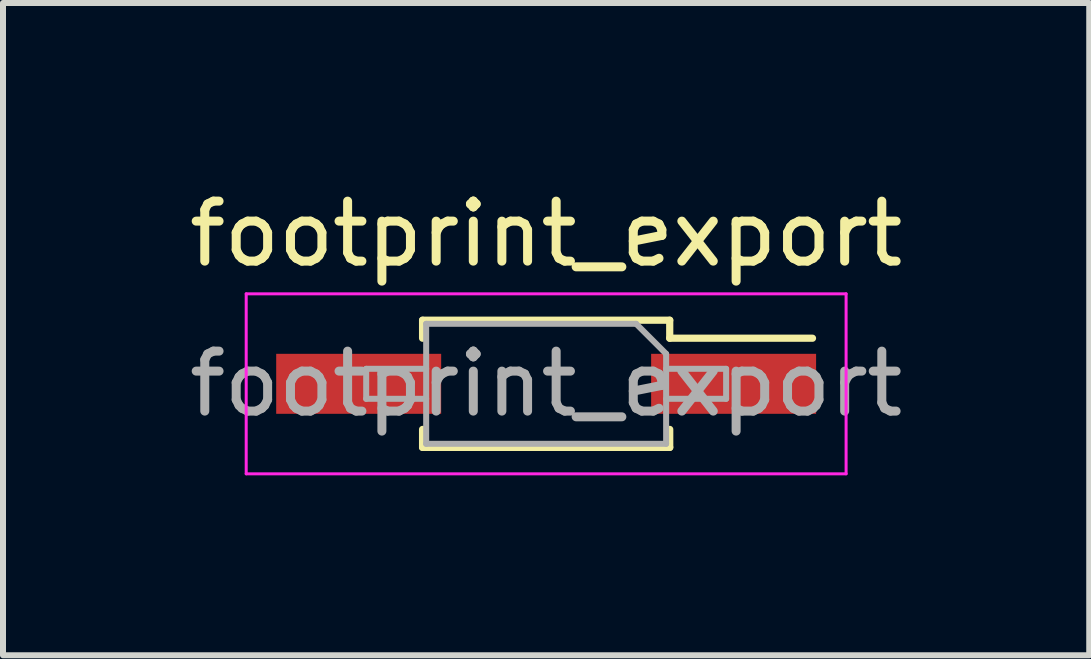
<source format=kicad_pcb>
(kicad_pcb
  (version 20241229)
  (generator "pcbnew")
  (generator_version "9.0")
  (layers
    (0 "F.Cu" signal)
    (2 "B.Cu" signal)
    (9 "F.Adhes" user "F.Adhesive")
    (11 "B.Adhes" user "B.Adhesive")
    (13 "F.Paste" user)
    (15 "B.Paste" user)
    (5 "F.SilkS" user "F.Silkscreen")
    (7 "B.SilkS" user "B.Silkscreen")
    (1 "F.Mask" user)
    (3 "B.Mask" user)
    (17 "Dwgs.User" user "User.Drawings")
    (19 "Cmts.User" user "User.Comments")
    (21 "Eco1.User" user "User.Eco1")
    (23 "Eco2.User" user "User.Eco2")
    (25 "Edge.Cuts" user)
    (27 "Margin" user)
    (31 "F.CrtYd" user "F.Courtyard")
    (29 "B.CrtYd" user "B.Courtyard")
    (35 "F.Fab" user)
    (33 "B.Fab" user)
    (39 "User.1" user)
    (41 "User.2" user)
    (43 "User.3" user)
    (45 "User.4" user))
  (footprint "footprint_export"
    (layer "F.Cu")
    (at 6.054 3.348)
    (property "Reference" "footprint_export" (at 0 -2.5 0) (layer "F.SilkS") (effects (font (size 1 1) (thickness 0.15))))
    (attr smd)
    (fp_line (start -2.06 -1.06) (end -2.06 -0.76) (stroke (width 0.12) (type solid)) (layer "F.SilkS"))
    (fp_line (start -2.06 -1.06) (end 2.06 -1.06) (stroke (width 0.12) (type solid)) (layer "F.SilkS"))
    (fp_line (start -2.06 0.76) (end -2.06 1.06) (stroke (width 0.12) (type solid)) (layer "F.SilkS"))
    (fp_line (start -2.06 1.06) (end 2.06 1.06) (stroke (width 0.12) (type solid)) (layer "F.SilkS"))
    (fp_line (start 2.06 -1.06) (end 2.06 -0.76) (stroke (width 0.12) (type solid)) (layer "F.SilkS"))
    (fp_line (start 2.06 -0.76) (end 4.44 -0.76) (stroke (width 0.12) (type solid)) (layer "F.SilkS"))
    (fp_line (start 2.06 0.76) (end 2.06 1.06) (stroke (width 0.12) (type solid)) (layer "F.SilkS"))
    (fp_line (start -5 -1.5) (end 5 -1.5) (stroke (width 0.05) (type solid)) (layer "F.CrtYd"))
    (fp_line (start -5 1.5) (end -5 -1.5) (stroke (width 0.05) (type solid)) (layer "F.CrtYd"))
    (fp_line (start 5 -1.5) (end 5 1.5) (stroke (width 0.05) (type solid)) (layer "F.CrtYd"))
    (fp_line (start 5 1.5) (end -5 1.5) (stroke (width 0.05) (type solid)) (layer "F.CrtYd"))
    (fp_line (start -3 -0.25) (end -2 -0.25) (stroke (width 0.1) (type solid)) (layer "F.Fab"))
    (fp_line (start -3 0.25) (end -3 -0.25) (stroke (width 0.1) (type solid)) (layer "F.Fab"))
    (fp_line (start -2 -1) (end 1.5 -1) (stroke (width 0.1) (type solid)) (layer "F.Fab"))
    (fp_line (start -2 0.25) (end -3 0.25) (stroke (width 0.1) (type solid)) (layer "F.Fab"))
    (fp_line (start -2 1) (end -2 -1) (stroke (width 0.1) (type solid)) (layer "F.Fab"))
    (fp_line (start 1.5 -1) (end 2 -0.5) (stroke (width 0.1) (type solid)) (layer "F.Fab"))
    (fp_line (start 2 -0.5) (end 2 1) (stroke (width 0.1) (type solid)) (layer "F.Fab"))
    (fp_line (start 2 -0.25) (end 3 -0.25) (stroke (width 0.1) (type solid)) (layer "F.Fab"))
    (fp_line (start 2 1) (end -2 1) (stroke (width 0.1) (type solid)) (layer "F.Fab"))
    (fp_line (start 3 -0.25) (end 3 0.25) (stroke (width 0.1) (type solid)) (layer "F.Fab"))
    (fp_line (start 3 0.25) (end 2 0.25) (stroke (width 0.1) (type solid)) (layer "F.Fab"))
    (fp_text user "${REFERENCE}" (at 0 0 0) (layer "F.Fab") (effects (font (size 1 1) (thickness 0.15))))
    (pad "1" smd rect (at 3.125 0) (size 2.75 1) (layers "F.Cu" "F.Mask" "F.Paste"))
    (pad "2" smd rect (at -3.125 0) (size 2.75 1) (layers "F.Cu" "F.Mask" "F.Paste")))
  (gr_rect
    (start -3 -3)
    (end 15.107 7.873)
    (stroke (width 0.1) (type default))
    (fill no)
    (layer "Edge.Cuts")))
</source>
